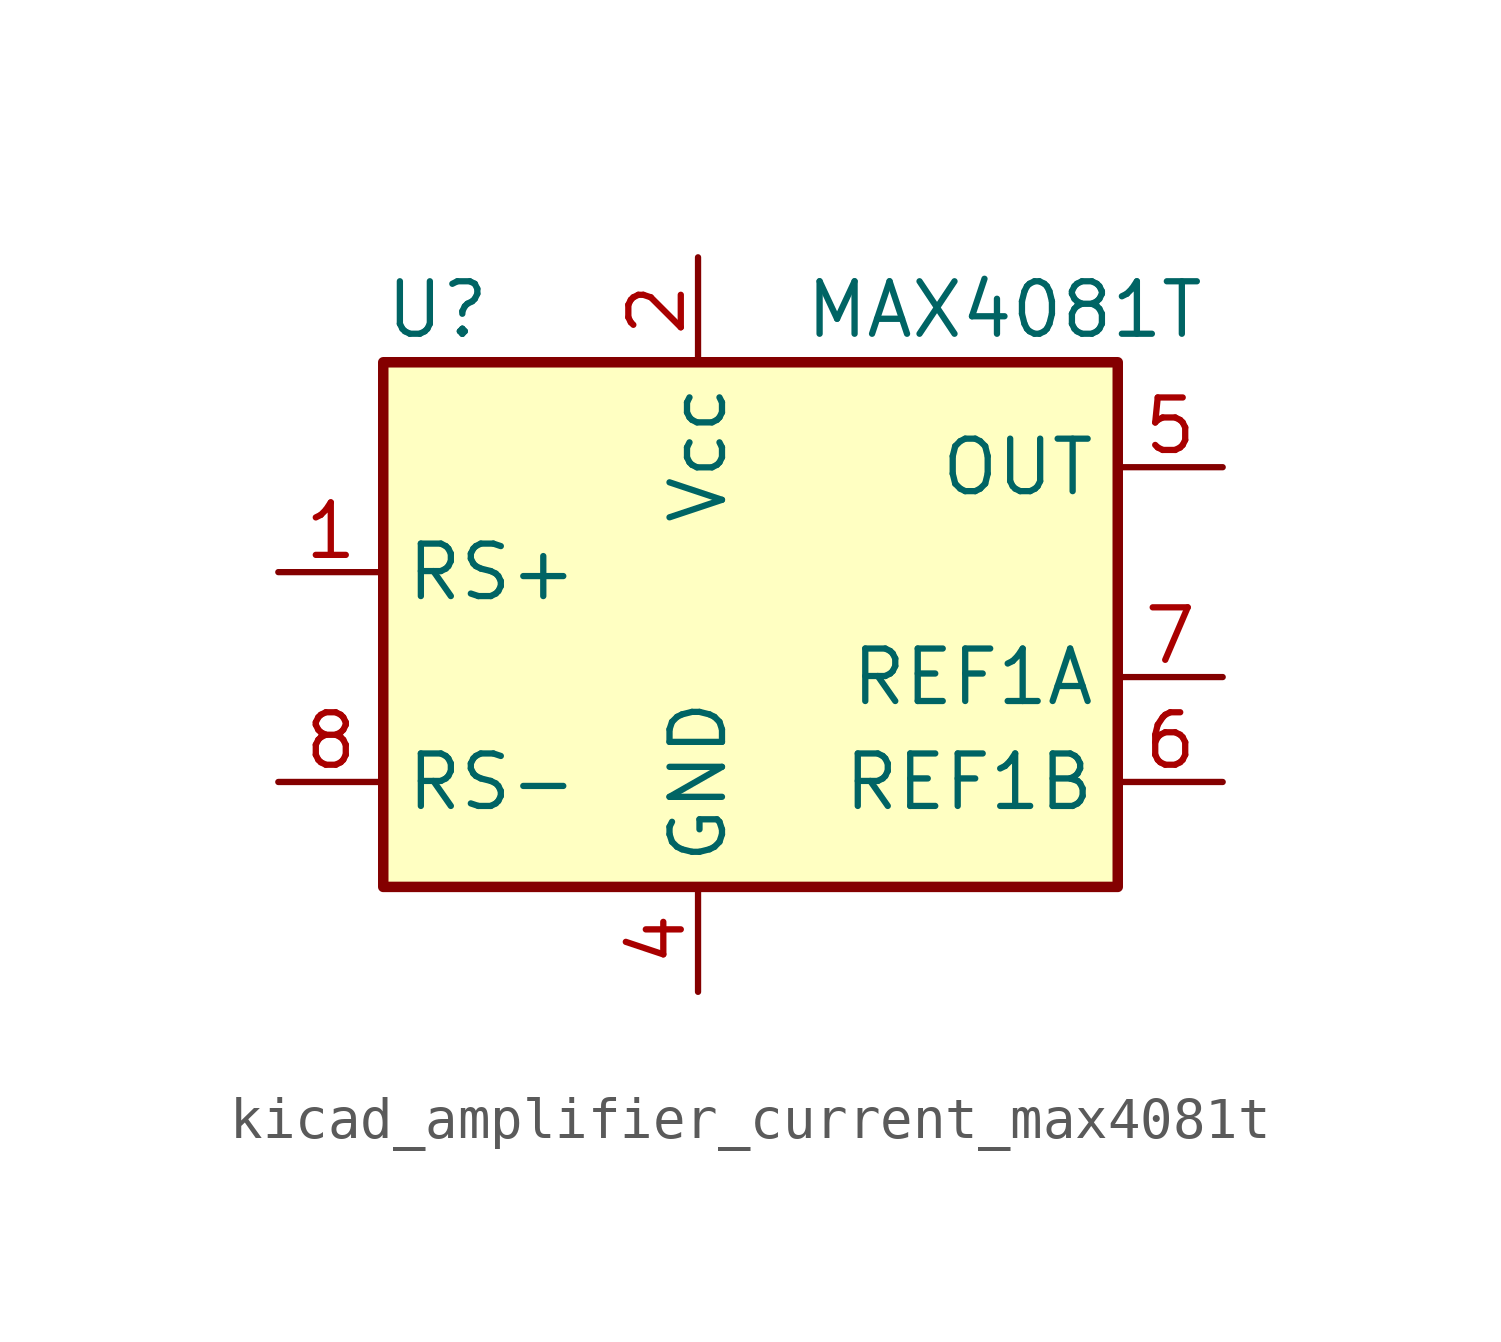
<source format=kicad_sym>
(kicad_symbol_lib
  (version 20220914)
  (generator kicad_symbol_editor)
  (symbol "kicad_amplifier_current_max4081t"
    (property "Reference" "U"
      (at -7.62 8.89 0)
      (effects (font (size 1.27 1.27)) (justify left)))
    (property "Value" "MAX4081T"
      (at 2.54 8.89 0)
      (effects (font (size 1.27 1.27)) (justify left)))
    (symbol "kicad_amplifier_current_max4081t_0_1"
      (rectangle (start -7.62 7.62) (end 10.16 -5.08) (stroke (width 0.254) (type default)) (fill (type background))))
    (symbol "kicad_amplifier_current_max4081t_1_1"
      (pin input line (at -10.16 2.54 0) (length 2.54) (name "RS+" (effects (font (size 1.27 1.27)))) (number "1" (effects (font (size 1.27 1.27)))))
      (pin power_in line (at 0 10.16 270) (length 2.54) (name "Vcc" (effects (font (size 1.27 1.27)))) (number "2" (effects (font (size 1.27 1.27)))))
      (pin no_connect line (at 10.16 2.54 180) (length 2.54) hide (name "NC" (effects (font (size 1.27 1.27)))) (number "3" (effects (font (size 1.27 1.27)))))
      (pin power_in line (at 0 -7.62 90) (length 2.54) (name "GND" (effects (font (size 1.27 1.27)))) (number "4" (effects (font (size 1.27 1.27)))))
      (pin input line (at 12.7 5.08 180) (length 2.54) (name "OUT" (effects (font (size 1.27 1.27)))) (number "5" (effects (font (size 1.27 1.27)))))
      (pin input line (at 12.7 -2.54 180) (length 2.54) (name "REF1B" (effects (font (size 1.27 1.27)))) (number "6" (effects (font (size 1.27 1.27)))))
      (pin input line (at 12.7 0 180) (length 2.54) (name "REF1A" (effects (font (size 1.27 1.27)))) (number "7" (effects (font (size 1.27 1.27)))))
      (pin input line (at -10.16 -2.54 0) (length 2.54) (name "RS-" (effects (font (size 1.27 1.27)))) (number "8" (effects (font (size 1.27 1.27))))))))
</source>
